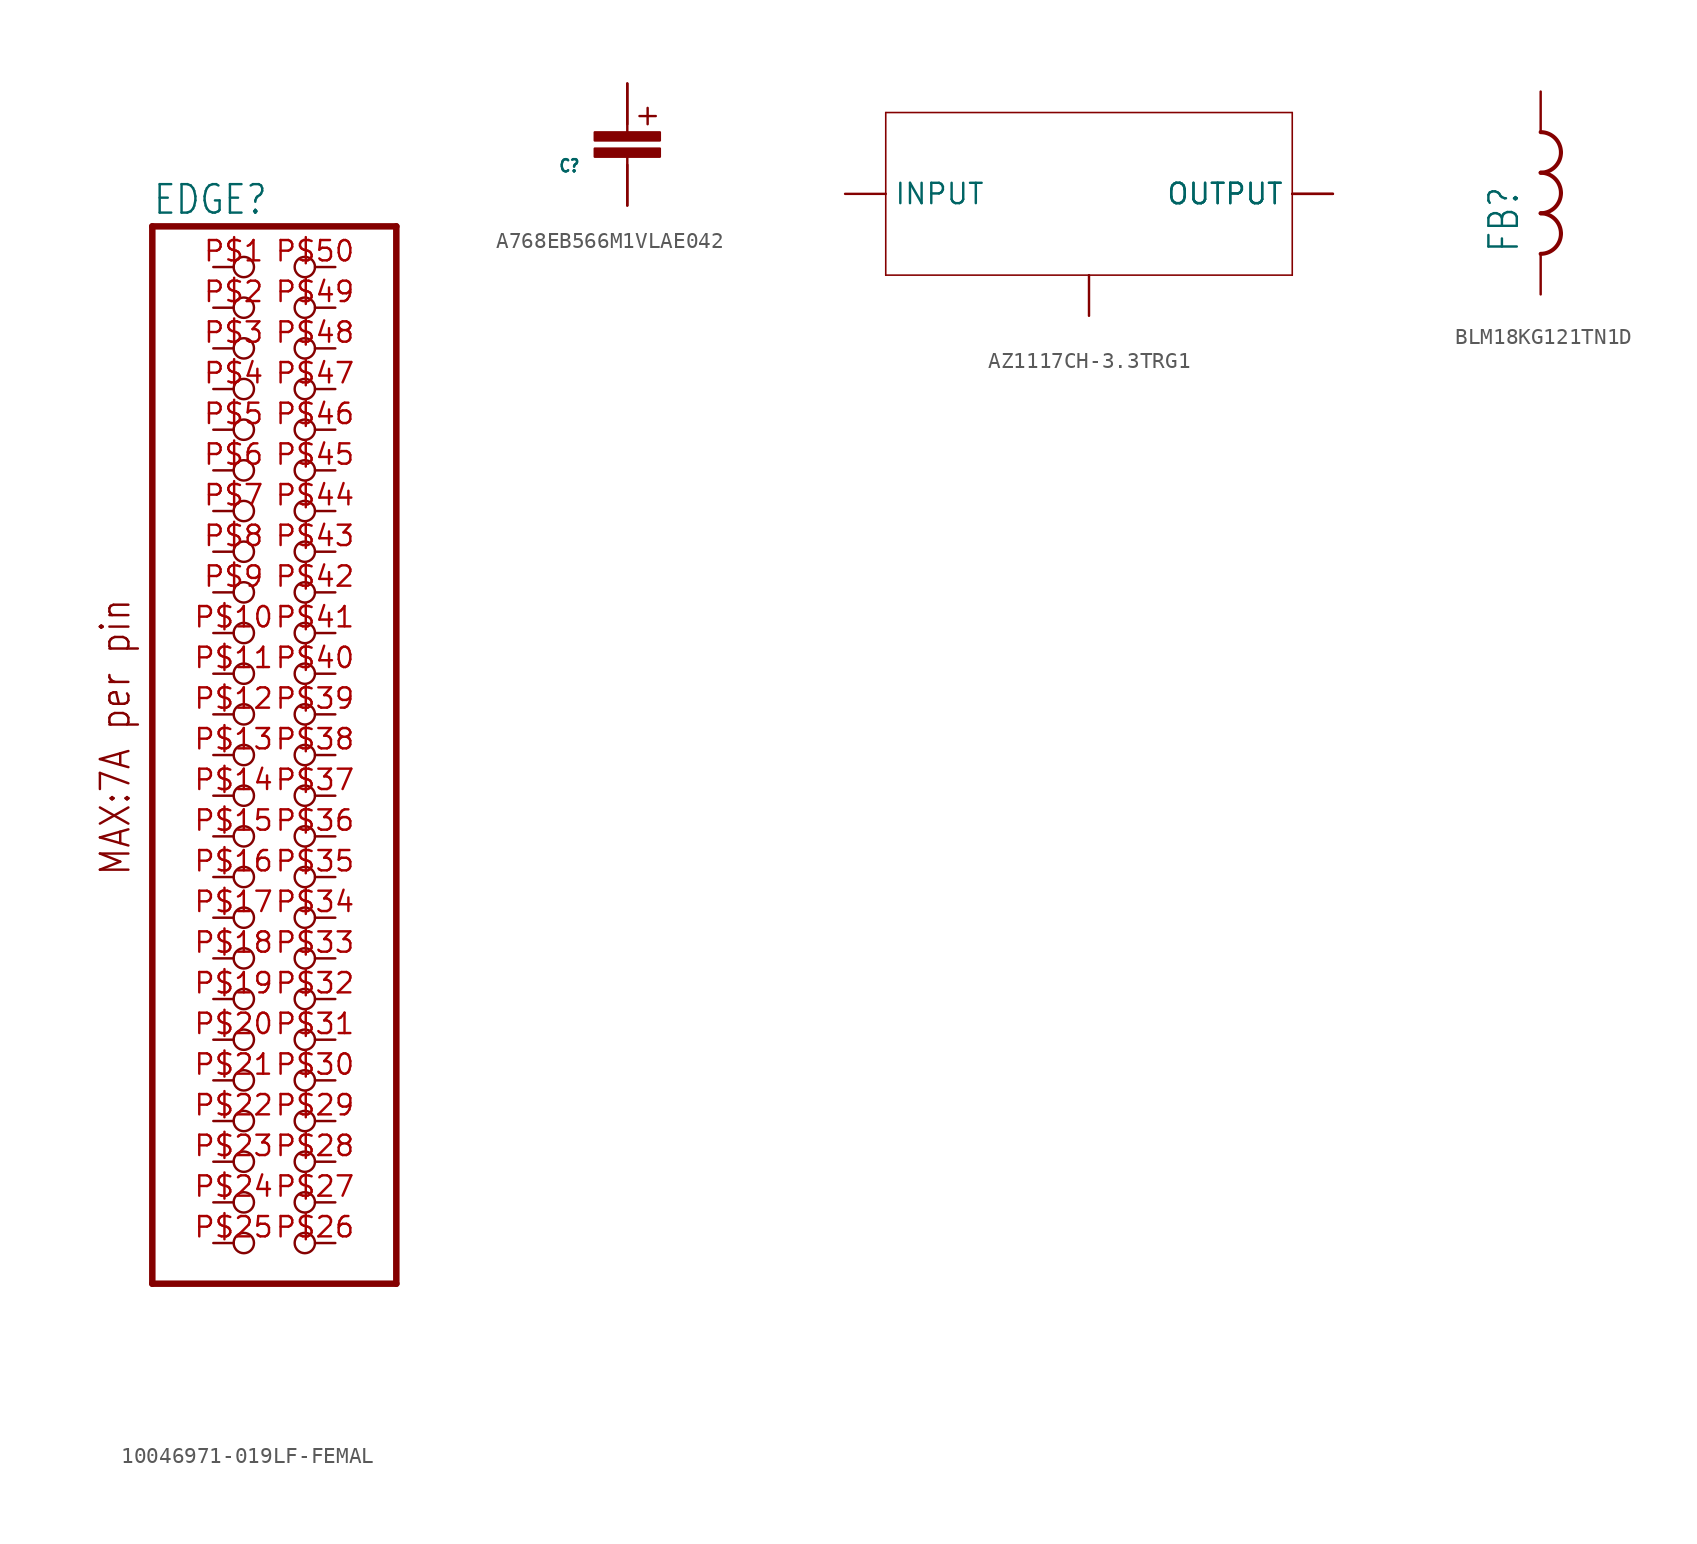
<source format=kicad_sym>
(kicad_symbol_lib
  (version 20220914)
  (generator kicad_symbol_editor)
  (symbol "10046971-019LF-FEMAL"
    (property "Reference" "EDGE"
      (at -6.35 33.655 0)
      (effects (font (size 1.778 1.511)) (justify left bottom)))
    (property "Value" ""
      (at -6.35 -35.56 0)
      (effects (font (size 1.778 1.511)) (justify left bottom)))
    (property "ki_locked" ""
      (at 0 0 0)
      (effects (font (size 1.27 1.27))))
    (symbol "10046971-019LF-FEMAL_1_0"
      (polyline (pts (xy -6.35 -33.02) (xy 8.89 -33.02)) (stroke (width 0.406) (type solid)) (fill (type none)))
      (polyline (pts (xy -6.35 33.02) (xy -6.35 -33.02)) (stroke (width 0.406) (type solid)) (fill (type none)))
      (polyline (pts (xy 8.89 -33.02) (xy 8.89 33.02)) (stroke (width 0.406) (type solid)) (fill (type none)))
      (polyline (pts (xy 8.89 33.02) (xy -6.35 33.02)) (stroke (width 0.406) (type solid)) (fill (type none)))
      (text "MAX:7A per pin" (at -7.62 -7.62 900) (effects (font (size 1.778 1.511)) (justify left bottom)))
      (pin passive inverted (at -2.54 30.48 0) (length 2.54) (name "P1" (effects (font (size 0 0)))) (number "P$1" (effects (font (size 1.27 1.27)))))
      (pin passive inverted (at -2.54 7.62 0) (length 2.54) (name "P10" (effects (font (size 0 0)))) (number "P$10" (effects (font (size 1.27 1.27)))))
      (pin passive inverted (at -2.54 5.08 0) (length 2.54) (name "P11" (effects (font (size 0 0)))) (number "P$11" (effects (font (size 1.27 1.27)))))
      (pin passive inverted (at -2.54 2.54 0) (length 2.54) (name "P12" (effects (font (size 0 0)))) (number "P$12" (effects (font (size 1.27 1.27)))))
      (pin passive inverted (at -2.54 0 0) (length 2.54) (name "P13" (effects (font (size 0 0)))) (number "P$13" (effects (font (size 1.27 1.27)))))
      (pin passive inverted (at -2.54 -2.54 0) (length 2.54) (name "P14" (effects (font (size 0 0)))) (number "P$14" (effects (font (size 1.27 1.27)))))
      (pin passive inverted (at -2.54 -5.08 0) (length 2.54) (name "P15" (effects (font (size 0 0)))) (number "P$15" (effects (font (size 1.27 1.27)))))
      (pin passive inverted (at -2.54 -7.62 0) (length 2.54) (name "P16" (effects (font (size 0 0)))) (number "P$16" (effects (font (size 1.27 1.27)))))
      (pin passive inverted (at -2.54 -10.16 0) (length 2.54) (name "P17" (effects (font (size 0 0)))) (number "P$17" (effects (font (size 1.27 1.27)))))
      (pin passive inverted (at -2.54 -12.7 0) (length 2.54) (name "P18" (effects (font (size 0 0)))) (number "P$18" (effects (font (size 1.27 1.27)))))
      (pin passive inverted (at -2.54 -15.24 0) (length 2.54) (name "P19" (effects (font (size 0 0)))) (number "P$19" (effects (font (size 1.27 1.27)))))
      (pin passive inverted (at -2.54 27.94 0) (length 2.54) (name "P2" (effects (font (size 0 0)))) (number "P$2" (effects (font (size 1.27 1.27)))))
      (pin passive inverted (at -2.54 -17.78 0) (length 2.54) (name "P20" (effects (font (size 0 0)))) (number "P$20" (effects (font (size 1.27 1.27)))))
      (pin passive inverted (at -2.54 -20.32 0) (length 2.54) (name "P21" (effects (font (size 0 0)))) (number "P$21" (effects (font (size 1.27 1.27)))))
      (pin passive inverted (at -2.54 -22.86 0) (length 2.54) (name "P22" (effects (font (size 0 0)))) (number "P$22" (effects (font (size 1.27 1.27)))))
      (pin passive inverted (at -2.54 -25.4 0) (length 2.54) (name "P23" (effects (font (size 0 0)))) (number "P$23" (effects (font (size 1.27 1.27)))))
      (pin passive inverted (at -2.54 -27.94 0) (length 2.54) (name "P24" (effects (font (size 0 0)))) (number "P$24" (effects (font (size 1.27 1.27)))))
      (pin passive inverted (at -2.54 -30.48 0) (length 2.54) (name "P25" (effects (font (size 0 0)))) (number "P$25" (effects (font (size 1.27 1.27)))))
      (pin passive inverted (at 5.08 -30.48 180) (length 2.54) (name "P26" (effects (font (size 0 0)))) (number "P$26" (effects (font (size 1.27 1.27)))))
      (pin passive inverted (at 5.08 -27.94 180) (length 2.54) (name "P27" (effects (font (size 0 0)))) (number "P$27" (effects (font (size 1.27 1.27)))))
      (pin passive inverted (at 5.08 -25.4 180) (length 2.54) (name "P28" (effects (font (size 0 0)))) (number "P$28" (effects (font (size 1.27 1.27)))))
      (pin passive inverted (at 5.08 -22.86 180) (length 2.54) (name "P29" (effects (font (size 0 0)))) (number "P$29" (effects (font (size 1.27 1.27)))))
      (pin passive inverted (at -2.54 25.4 0) (length 2.54) (name "P3" (effects (font (size 0 0)))) (number "P$3" (effects (font (size 1.27 1.27)))))
      (pin passive inverted (at 5.08 -20.32 180) (length 2.54) (name "P30" (effects (font (size 0 0)))) (number "P$30" (effects (font (size 1.27 1.27)))))
      (pin passive inverted (at 5.08 -17.78 180) (length 2.54) (name "P31" (effects (font (size 0 0)))) (number "P$31" (effects (font (size 1.27 1.27)))))
      (pin passive inverted (at 5.08 -15.24 180) (length 2.54) (name "P32" (effects (font (size 0 0)))) (number "P$32" (effects (font (size 1.27 1.27)))))
      (pin passive inverted (at 5.08 -12.7 180) (length 2.54) (name "P33" (effects (font (size 0 0)))) (number "P$33" (effects (font (size 1.27 1.27)))))
      (pin passive inverted (at 5.08 -10.16 180) (length 2.54) (name "P34" (effects (font (size 0 0)))) (number "P$34" (effects (font (size 1.27 1.27)))))
      (pin passive inverted (at 5.08 -7.62 180) (length 2.54) (name "P35" (effects (font (size 0 0)))) (number "P$35" (effects (font (size 1.27 1.27)))))
      (pin passive inverted (at 5.08 -5.08 180) (length 2.54) (name "P36" (effects (font (size 0 0)))) (number "P$36" (effects (font (size 1.27 1.27)))))
      (pin passive inverted (at 5.08 -2.54 180) (length 2.54) (name "P37" (effects (font (size 0 0)))) (number "P$37" (effects (font (size 1.27 1.27)))))
      (pin passive inverted (at 5.08 0 180) (length 2.54) (name "P38" (effects (font (size 0 0)))) (number "P$38" (effects (font (size 1.27 1.27)))))
      (pin passive inverted (at 5.08 2.54 180) (length 2.54) (name "P39" (effects (font (size 0 0)))) (number "P$39" (effects (font (size 1.27 1.27)))))
      (pin passive inverted (at -2.54 22.86 0) (length 2.54) (name "P4" (effects (font (size 0 0)))) (number "P$4" (effects (font (size 1.27 1.27)))))
      (pin passive inverted (at 5.08 5.08 180) (length 2.54) (name "P40" (effects (font (size 0 0)))) (number "P$40" (effects (font (size 1.27 1.27)))))
      (pin passive inverted (at 5.08 7.62 180) (length 2.54) (name "P41" (effects (font (size 0 0)))) (number "P$41" (effects (font (size 1.27 1.27)))))
      (pin passive inverted (at 5.08 10.16 180) (length 2.54) (name "P42" (effects (font (size 0 0)))) (number "P$42" (effects (font (size 1.27 1.27)))))
      (pin passive inverted (at 5.08 12.7 180) (length 2.54) (name "P43" (effects (font (size 0 0)))) (number "P$43" (effects (font (size 1.27 1.27)))))
      (pin passive inverted (at 5.08 15.24 180) (length 2.54) (name "P44" (effects (font (size 0 0)))) (number "P$44" (effects (font (size 1.27 1.27)))))
      (pin passive inverted (at 5.08 17.78 180) (length 2.54) (name "P45" (effects (font (size 0 0)))) (number "P$45" (effects (font (size 1.27 1.27)))))
      (pin passive inverted (at 5.08 20.32 180) (length 2.54) (name "P46" (effects (font (size 0 0)))) (number "P$46" (effects (font (size 1.27 1.27)))))
      (pin passive inverted (at 5.08 22.86 180) (length 2.54) (name "P47" (effects (font (size 0 0)))) (number "P$47" (effects (font (size 1.27 1.27)))))
      (pin passive inverted (at 5.08 25.4 180) (length 2.54) (name "P48" (effects (font (size 0 0)))) (number "P$48" (effects (font (size 1.27 1.27)))))
      (pin passive inverted (at 5.08 27.94 180) (length 2.54) (name "P49" (effects (font (size 0 0)))) (number "P$49" (effects (font (size 1.27 1.27)))))
      (pin passive inverted (at -2.54 20.32 0) (length 2.54) (name "P5" (effects (font (size 0 0)))) (number "P$5" (effects (font (size 1.27 1.27)))))
      (pin passive inverted (at 5.08 30.48 180) (length 2.54) (name "P50" (effects (font (size 0 0)))) (number "P$50" (effects (font (size 1.27 1.27)))))
      (pin passive inverted (at -2.54 17.78 0) (length 2.54) (name "P6" (effects (font (size 0 0)))) (number "P$6" (effects (font (size 1.27 1.27)))))
      (pin passive inverted (at -2.54 15.24 0) (length 2.54) (name "P7" (effects (font (size 0 0)))) (number "P$7" (effects (font (size 1.27 1.27)))))
      (pin passive inverted (at -2.54 12.7 0) (length 2.54) (name "P8" (effects (font (size 0 0)))) (number "P$8" (effects (font (size 1.27 1.27)))))
      (pin passive inverted (at -2.54 10.16 0) (length 2.54) (name "P9" (effects (font (size 0 0)))) (number "P$9" (effects (font (size 1.27 1.27)))))))
  (symbol "A768EB566M1VLAE042"
    (property "Reference" "C"
      (at -4.318 -3.048 0)
      (effects (font (size 0.762 0.648)) (justify left bottom)))
    (property "Value" ""
      (at -4.318 -0.254 0)
      (effects (font (size 0.762 0.648)) (justify left bottom)))
    (property "ki_locked" ""
      (at 0 0 0)
      (effects (font (size 1.27 1.27))))
    (symbol "A768EB566M1VLAE042_1_0"
      (rectangle (start -2.032 -2.032) (end 2.032 -1.524) (stroke (width 0) (type default)) (fill (type outline)))
      (rectangle (start -2.032 -1.016) (end 2.032 -0.508) (stroke (width 0) (type default)) (fill (type outline)))
      (polyline (pts (xy 0 -5.08) (xy 0 -2.032)) (stroke (width 0.152) (type solid)) (fill (type none)))
      (polyline (pts (xy 0 -0.508) (xy 0 2.54)) (stroke (width 0.152) (type solid)) (fill (type none)))
      (polyline (pts (xy 1.27 1.016) (xy 1.27 0)) (stroke (width 0.152) (type solid)) (fill (type none)))
      (polyline (pts (xy 1.778 0.508) (xy 0.762 0.508)) (stroke (width 0.152) (type solid)) (fill (type none)))
      (pin bidirectional line (at 0 2.54 270) (length 2.54) (name "ANODE" (effects (font (size 0 0)))) (number "ANODE" (effects (font (size 0 0)))))
      (pin bidirectional line (at 0 -5.08 90) (length 2.54) (name "CATHODE" (effects (font (size 0 0)))) (number "CATHODE" (effects (font (size 0 0)))))))
  (symbol "AZ1117CH-3.3TRG1"
    (property "Reference" ""
      (at 0 0 0)
      (effects (font (size 1.27 1.27)) hide))
    (property "Value" ""
      (at 0 10.922 0)
      (effects (font (size 2.54 2.159)) (justify left bottom)))
    (property "ki_locked" ""
      (at 0 0 0)
      (effects (font (size 1.27 1.27))))
    (symbol "AZ1117CH-3.3TRG1_1_0"
      (polyline (pts (xy 0 0) (xy 25.4 0)) (stroke (width 0.1) (type solid)) (fill (type none)))
      (polyline (pts (xy 0 10.16) (xy 0 0)) (stroke (width 0.1) (type solid)) (fill (type none)))
      (polyline (pts (xy 25.4 0) (xy 25.4 10.16)) (stroke (width 0.1) (type solid)) (fill (type none)))
      (polyline (pts (xy 25.4 10.16) (xy 0 10.16)) (stroke (width 0.1) (type solid)) (fill (type none)))
      (pin bidirectional line (at 12.7 -2.54 90) (length 2.54) (name "GND" (effects (font (size 0 0)))) (number "GND" (effects (font (size 0 0)))))
      (pin bidirectional line (at -2.54 5.08 0) (length 2.54) (name "INPUT" (effects (font (size 1.27 1.27)))) (number "INPUT" (effects (font (size 0 0)))))
      (pin bidirectional line (at 27.94 5.08 180) (length 2.54) (name "OUTPUT" (effects (font (size 1.27 1.27)))) (number "OUTPUT" (effects (font (size 0 0)))))
      (pin bidirectional line (at 27.94 5.08 180) (length 2.54) (name "OUTPUT" (effects (font (size 1.27 1.27)))) (number "VOUT" (effects (font (size 0 0)))))))
  (symbol "BLM18KG121TN1D"
    (property "Reference" "FB"
      (at -1.27 -2.54 90)
      (effects (font (size 1.778 1.511)) (justify left bottom)))
    (property "Value" ""
      (at 3.81 -2.54 90)
      (effects (font (size 1.778 1.511)) (justify left bottom)))
    (property "ki_locked" ""
      (at 0 0 0)
      (effects (font (size 1.27 1.27))))
    (symbol "BLM18KG121TN1D_1_0"
      (arc (start 0 -2.54) (mid 0.898 -2.168) (end 1.27 -1.27) (stroke (width 0.254) (type solid)) (fill (type none)))
      (arc (start 0 0) (mid 0.898 0.372) (end 1.27 1.27) (stroke (width 0.254) (type solid)) (fill (type none)))
      (arc (start 0 2.54) (mid 0.898 2.912) (end 1.27 3.81) (stroke (width 0.254) (type solid)) (fill (type none)))
      (arc (start 1.27 -1.27) (mid 0.898 -0.372) (end 0 0) (stroke (width 0.254) (type solid)) (fill (type none)))
      (arc (start 1.27 1.27) (mid 0.898 2.168) (end 0 2.54) (stroke (width 0.254) (type solid)) (fill (type none)))
      (arc (start 1.27 3.81) (mid 0.898 4.708) (end 0 5.08) (stroke (width 0.254) (type solid)) (fill (type none)))
      (pin passive line (at 0 7.62 270) (length 2.54) (name "1" (effects (font (size 0 0)))) (number "1" (effects (font (size 0 0)))))
      (pin passive line (at 0 -5.08 90) (length 2.54) (name "2" (effects (font (size 0 0)))) (number "2" (effects (font (size 0 0))))))))
</source>
